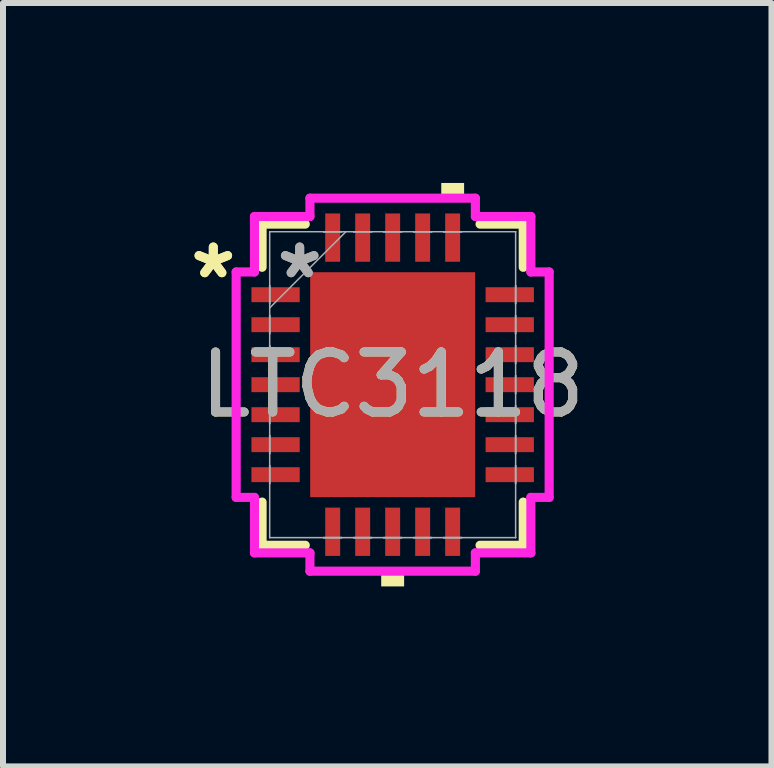
<source format=kicad_pcb>
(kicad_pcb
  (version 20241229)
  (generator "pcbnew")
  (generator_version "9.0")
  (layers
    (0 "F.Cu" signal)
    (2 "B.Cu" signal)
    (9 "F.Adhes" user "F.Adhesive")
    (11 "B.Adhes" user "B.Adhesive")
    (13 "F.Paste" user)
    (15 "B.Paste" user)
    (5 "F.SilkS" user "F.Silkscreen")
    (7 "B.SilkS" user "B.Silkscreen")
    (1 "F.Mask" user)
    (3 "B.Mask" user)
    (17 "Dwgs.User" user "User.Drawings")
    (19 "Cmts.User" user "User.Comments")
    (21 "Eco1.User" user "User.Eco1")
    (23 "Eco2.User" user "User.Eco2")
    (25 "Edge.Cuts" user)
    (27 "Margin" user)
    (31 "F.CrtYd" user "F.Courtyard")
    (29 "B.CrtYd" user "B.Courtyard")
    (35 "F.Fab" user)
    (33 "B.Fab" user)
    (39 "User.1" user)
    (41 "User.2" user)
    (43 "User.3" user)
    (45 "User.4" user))
  (footprint "LTC3118"
    (layer "F.Cu")
    (at 3.496 3.363)
    (property "Reference" "LTC3118" (at 0 0 0) (unlocked yes) (layer "F.SilkS") (effects (font (size 1 1) (thickness 0.15))))
    (attr smd)
    (fp_line (start -2.177 -2.677) (end -2.177 -1.957) (stroke (width 0.152) (type solid)) (layer "F.SilkS"))
    (fp_line (start -2.177 1.957) (end -2.177 2.677) (stroke (width 0.152) (type solid)) (layer "F.SilkS"))
    (fp_line (start -2.177 2.677) (end -1.457 2.677) (stroke (width 0.152) (type solid)) (layer "F.SilkS"))
    (fp_line (start -1.457 -2.677) (end -2.177 -2.677) (stroke (width 0.152) (type solid)) (layer "F.SilkS"))
    (fp_line (start 1.457 2.677) (end 2.177 2.677) (stroke (width 0.152) (type solid)) (layer "F.SilkS"))
    (fp_line (start 2.177 -2.677) (end 1.457 -2.677) (stroke (width 0.152) (type solid)) (layer "F.SilkS"))
    (fp_line (start 2.177 -1.957) (end 2.177 -2.677) (stroke (width 0.152) (type solid)) (layer "F.SilkS"))
    (fp_line (start 2.177 2.677) (end 2.177 1.957) (stroke (width 0.152) (type solid)) (layer "F.SilkS"))
    (fp_poly (pts (xy -0.191 3.109) (xy -0.191 3.363) (xy 0.191 3.363) (xy 0.191 3.109)) (stroke (width 0) (type solid)) (fill yes) (layer "F.SilkS"))
    (fp_poly (pts (xy 0.81 -3.109) (xy 0.81 -3.363) (xy 1.191 -3.363) (xy 1.191 -3.109)) (stroke (width 0) (type solid)) (fill yes) (layer "F.SilkS"))
    (fp_poly (pts (xy -1.275 -1.775) (xy -1.275 -0.1) (xy -0.1 -0.1) (xy -0.1 -1.775)) (stroke (width 0) (type solid)) (fill yes) (layer "F.Paste"))
    (fp_poly (pts (xy -1.275 0.1) (xy -1.275 1.775) (xy -0.1 1.775) (xy -0.1 0.1)) (stroke (width 0) (type solid)) (fill yes) (layer "F.Paste"))
    (fp_poly (pts (xy 0.1 -1.775) (xy 0.1 -0.1) (xy 1.275 -0.1) (xy 1.275 -1.775)) (stroke (width 0) (type solid)) (fill yes) (layer "F.Paste"))
    (fp_poly (pts (xy 0.1 0.1) (xy 0.1 1.775) (xy 1.275 1.775) (xy 1.275 0.1)) (stroke (width 0) (type solid)) (fill yes) (layer "F.Paste"))
    (fp_line (start -2.609 -1.879) (end -2.304 -1.879) (stroke (width 0.152) (type solid)) (layer "F.CrtYd"))
    (fp_line (start -2.609 1.879) (end -2.609 -1.879) (stroke (width 0.152) (type solid)) (layer "F.CrtYd"))
    (fp_line (start -2.304 -2.804) (end -1.379 -2.804) (stroke (width 0.152) (type solid)) (layer "F.CrtYd"))
    (fp_line (start -2.304 -1.879) (end -2.304 -2.804) (stroke (width 0.152) (type solid)) (layer "F.CrtYd"))
    (fp_line (start -2.304 1.879) (end -2.609 1.879) (stroke (width 0.152) (type solid)) (layer "F.CrtYd"))
    (fp_line (start -2.304 2.804) (end -2.304 1.879) (stroke (width 0.152) (type solid)) (layer "F.CrtYd"))
    (fp_line (start -1.379 -3.109) (end 1.379 -3.109) (stroke (width 0.152) (type solid)) (layer "F.CrtYd"))
    (fp_line (start -1.379 -2.804) (end -1.379 -3.109) (stroke (width 0.152) (type solid)) (layer "F.CrtYd"))
    (fp_line (start -1.379 2.804) (end -2.304 2.804) (stroke (width 0.152) (type solid)) (layer "F.CrtYd"))
    (fp_line (start -1.379 3.109) (end -1.379 2.804) (stroke (width 0.152) (type solid)) (layer "F.CrtYd"))
    (fp_line (start 1.379 -3.109) (end 1.379 -2.804) (stroke (width 0.152) (type solid)) (layer "F.CrtYd"))
    (fp_line (start 1.379 -2.804) (end 2.304 -2.804) (stroke (width 0.152) (type solid)) (layer "F.CrtYd"))
    (fp_line (start 1.379 2.804) (end 1.379 3.109) (stroke (width 0.152) (type solid)) (layer "F.CrtYd"))
    (fp_line (start 1.379 3.109) (end -1.379 3.109) (stroke (width 0.152) (type solid)) (layer "F.CrtYd"))
    (fp_line (start 2.304 -2.804) (end 2.304 -1.879) (stroke (width 0.152) (type solid)) (layer "F.CrtYd"))
    (fp_line (start 2.304 -1.879) (end 2.609 -1.879) (stroke (width 0.152) (type solid)) (layer "F.CrtYd"))
    (fp_line (start 2.304 1.879) (end 2.304 2.804) (stroke (width 0.152) (type solid)) (layer "F.CrtYd"))
    (fp_line (start 2.304 2.804) (end 1.379 2.804) (stroke (width 0.152) (type solid)) (layer "F.CrtYd"))
    (fp_line (start 2.609 -1.879) (end 2.609 1.879) (stroke (width 0.152) (type solid)) (layer "F.CrtYd"))
    (fp_line (start 2.609 1.879) (end 2.304 1.879) (stroke (width 0.152) (type solid)) (layer "F.CrtYd"))
    (fp_line (start -2.05 -2.55) (end -2.05 -2.55) (stroke (width 0.025) (type solid)) (layer "F.Fab"))
    (fp_line (start -2.05 -2.55) (end -2.05 2.55) (stroke (width 0.025) (type solid)) (layer "F.Fab"))
    (fp_line (start -2.05 -1.65) (end -2.05 -1.65) (stroke (width 0.025) (type solid)) (layer "F.Fab"))
    (fp_line (start -2.05 -1.65) (end -2.05 -1.35) (stroke (width 0.025) (type solid)) (layer "F.Fab"))
    (fp_line (start -2.05 -1.35) (end -2.05 -1.65) (stroke (width 0.025) (type solid)) (layer "F.Fab"))
    (fp_line (start -2.05 -1.35) (end -2.05 -1.35) (stroke (width 0.025) (type solid)) (layer "F.Fab"))
    (fp_line (start -2.05 -1.28) (end -0.78 -2.55) (stroke (width 0.025) (type solid)) (layer "F.Fab"))
    (fp_line (start -2.05 -1.15) (end -2.05 -1.15) (stroke (width 0.025) (type solid)) (layer "F.Fab"))
    (fp_line (start -2.05 -1.15) (end -2.05 -0.85) (stroke (width 0.025) (type solid)) (layer "F.Fab"))
    (fp_line (start -2.05 -0.85) (end -2.05 -1.15) (stroke (width 0.025) (type solid)) (layer "F.Fab"))
    (fp_line (start -2.05 -0.85) (end -2.05 -0.85) (stroke (width 0.025) (type solid)) (layer "F.Fab"))
    (fp_line (start -2.05 -0.65) (end -2.05 -0.65) (stroke (width 0.025) (type solid)) (layer "F.Fab"))
    (fp_line (start -2.05 -0.65) (end -2.05 -0.35) (stroke (width 0.025) (type solid)) (layer "F.Fab"))
    (fp_line (start -2.05 -0.35) (end -2.05 -0.65) (stroke (width 0.025) (type solid)) (layer "F.Fab"))
    (fp_line (start -2.05 -0.35) (end -2.05 -0.35) (stroke (width 0.025) (type solid)) (layer "F.Fab"))
    (fp_line (start -2.05 -0.15) (end -2.05 -0.15) (stroke (width 0.025) (type solid)) (layer "F.Fab"))
    (fp_line (start -2.05 -0.15) (end -2.05 0.15) (stroke (width 0.025) (type solid)) (layer "F.Fab"))
    (fp_line (start -2.05 0.15) (end -2.05 -0.15) (stroke (width 0.025) (type solid)) (layer "F.Fab"))
    (fp_line (start -2.05 0.15) (end -2.05 0.15) (stroke (width 0.025) (type solid)) (layer "F.Fab"))
    (fp_line (start -2.05 0.35) (end -2.05 0.35) (stroke (width 0.025) (type solid)) (layer "F.Fab"))
    (fp_line (start -2.05 0.35) (end -2.05 0.65) (stroke (width 0.025) (type solid)) (layer "F.Fab"))
    (fp_line (start -2.05 0.65) (end -2.05 0.35) (stroke (width 0.025) (type solid)) (layer "F.Fab"))
    (fp_line (start -2.05 0.65) (end -2.05 0.65) (stroke (width 0.025) (type solid)) (layer "F.Fab"))
    (fp_line (start -2.05 0.85) (end -2.05 0.85) (stroke (width 0.025) (type solid)) (layer "F.Fab"))
    (fp_line (start -2.05 0.85) (end -2.05 1.15) (stroke (width 0.025) (type solid)) (layer "F.Fab"))
    (fp_line (start -2.05 1.15) (end -2.05 0.85) (stroke (width 0.025) (type solid)) (layer "F.Fab"))
    (fp_line (start -2.05 1.15) (end -2.05 1.15) (stroke (width 0.025) (type solid)) (layer "F.Fab"))
    (fp_line (start -2.05 1.35) (end -2.05 1.35) (stroke (width 0.025) (type solid)) (layer "F.Fab"))
    (fp_line (start -2.05 1.35) (end -2.05 1.65) (stroke (width 0.025) (type solid)) (layer "F.Fab"))
    (fp_line (start -2.05 1.65) (end -2.05 1.35) (stroke (width 0.025) (type solid)) (layer "F.Fab"))
    (fp_line (start -2.05 1.65) (end -2.05 1.65) (stroke (width 0.025) (type solid)) (layer "F.Fab"))
    (fp_line (start -2.05 2.55) (end -2.05 2.55) (stroke (width 0.025) (type solid)) (layer "F.Fab"))
    (fp_line (start -2.05 2.55) (end 2.05 2.55) (stroke (width 0.025) (type solid)) (layer "F.Fab"))
    (fp_line (start -1.15 -2.55) (end -1.15 -2.55) (stroke (width 0.025) (type solid)) (layer "F.Fab"))
    (fp_line (start -1.15 -2.55) (end -0.85 -2.55) (stroke (width 0.025) (type solid)) (layer "F.Fab"))
    (fp_line (start -1.15 2.55) (end -1.15 2.55) (stroke (width 0.025) (type solid)) (layer "F.Fab"))
    (fp_line (start -1.15 2.55) (end -0.85 2.55) (stroke (width 0.025) (type solid)) (layer "F.Fab"))
    (fp_line (start -0.85 -2.55) (end -1.15 -2.55) (stroke (width 0.025) (type solid)) (layer "F.Fab"))
    (fp_line (start -0.85 -2.55) (end -0.85 -2.55) (stroke (width 0.025) (type solid)) (layer "F.Fab"))
    (fp_line (start -0.85 2.55) (end -1.15 2.55) (stroke (width 0.025) (type solid)) (layer "F.Fab"))
    (fp_line (start -0.85 2.55) (end -0.85 2.55) (stroke (width 0.025) (type solid)) (layer "F.Fab"))
    (fp_line (start -0.65 -2.55) (end -0.65 -2.55) (stroke (width 0.025) (type solid)) (layer "F.Fab"))
    (fp_line (start -0.65 -2.55) (end -0.35 -2.55) (stroke (width 0.025) (type solid)) (layer "F.Fab"))
    (fp_line (start -0.65 2.55) (end -0.65 2.55) (stroke (width 0.025) (type solid)) (layer "F.Fab"))
    (fp_line (start -0.65 2.55) (end -0.35 2.55) (stroke (width 0.025) (type solid)) (layer "F.Fab"))
    (fp_line (start -0.35 -2.55) (end -0.65 -2.55) (stroke (width 0.025) (type solid)) (layer "F.Fab"))
    (fp_line (start -0.35 -2.55) (end -0.35 -2.55) (stroke (width 0.025) (type solid)) (layer "F.Fab"))
    (fp_line (start -0.35 2.55) (end -0.65 2.55) (stroke (width 0.025) (type solid)) (layer "F.Fab"))
    (fp_line (start -0.35 2.55) (end -0.35 2.55) (stroke (width 0.025) (type solid)) (layer "F.Fab"))
    (fp_line (start -0.15 -2.55) (end -0.15 -2.55) (stroke (width 0.025) (type solid)) (layer "F.Fab"))
    (fp_line (start -0.15 -2.55) (end 0.15 -2.55) (stroke (width 0.025) (type solid)) (layer "F.Fab"))
    (fp_line (start -0.15 2.55) (end -0.15 2.55) (stroke (width 0.025) (type solid)) (layer "F.Fab"))
    (fp_line (start -0.15 2.55) (end 0.15 2.55) (stroke (width 0.025) (type solid)) (layer "F.Fab"))
    (fp_line (start 0.15 -2.55) (end -0.15 -2.55) (stroke (width 0.025) (type solid)) (layer "F.Fab"))
    (fp_line (start 0.15 -2.55) (end 0.15 -2.55) (stroke (width 0.025) (type solid)) (layer "F.Fab"))
    (fp_line (start 0.15 2.55) (end -0.15 2.55) (stroke (width 0.025) (type solid)) (layer "F.Fab"))
    (fp_line (start 0.15 2.55) (end 0.15 2.55) (stroke (width 0.025) (type solid)) (layer "F.Fab"))
    (fp_line (start 0.35 -2.55) (end 0.35 -2.55) (stroke (width 0.025) (type solid)) (layer "F.Fab"))
    (fp_line (start 0.35 -2.55) (end 0.65 -2.55) (stroke (width 0.025) (type solid)) (layer "F.Fab"))
    (fp_line (start 0.35 2.55) (end 0.35 2.55) (stroke (width 0.025) (type solid)) (layer "F.Fab"))
    (fp_line (start 0.35 2.55) (end 0.65 2.55) (stroke (width 0.025) (type solid)) (layer "F.Fab"))
    (fp_line (start 0.65 -2.55) (end 0.35 -2.55) (stroke (width 0.025) (type solid)) (layer "F.Fab"))
    (fp_line (start 0.65 -2.55) (end 0.65 -2.55) (stroke (width 0.025) (type solid)) (layer "F.Fab"))
    (fp_line (start 0.65 2.55) (end 0.35 2.55) (stroke (width 0.025) (type solid)) (layer "F.Fab"))
    (fp_line (start 0.65 2.55) (end 0.65 2.55) (stroke (width 0.025) (type solid)) (layer "F.Fab"))
    (fp_line (start 0.85 -2.55) (end 0.85 -2.55) (stroke (width 0.025) (type solid)) (layer "F.Fab"))
    (fp_line (start 0.85 -2.55) (end 1.15 -2.55) (stroke (width 0.025) (type solid)) (layer "F.Fab"))
    (fp_line (start 0.85 2.55) (end 0.85 2.55) (stroke (width 0.025) (type solid)) (layer "F.Fab"))
    (fp_line (start 0.85 2.55) (end 1.15 2.55) (stroke (width 0.025) (type solid)) (layer "F.Fab"))
    (fp_line (start 1.15 -2.55) (end 0.85 -2.55) (stroke (width 0.025) (type solid)) (layer "F.Fab"))
    (fp_line (start 1.15 -2.55) (end 1.15 -2.55) (stroke (width 0.025) (type solid)) (layer "F.Fab"))
    (fp_line (start 1.15 2.55) (end 0.85 2.55) (stroke (width 0.025) (type solid)) (layer "F.Fab"))
    (fp_line (start 1.15 2.55) (end 1.15 2.55) (stroke (width 0.025) (type solid)) (layer "F.Fab"))
    (fp_line (start 2.05 -2.55) (end -2.05 -2.55) (stroke (width 0.025) (type solid)) (layer "F.Fab"))
    (fp_line (start 2.05 -2.55) (end 2.05 -2.55) (stroke (width 0.025) (type solid)) (layer "F.Fab"))
    (fp_line (start 2.05 -1.65) (end 2.05 -1.65) (stroke (width 0.025) (type solid)) (layer "F.Fab"))
    (fp_line (start 2.05 -1.65) (end 2.05 -1.35) (stroke (width 0.025) (type solid)) (layer "F.Fab"))
    (fp_line (start 2.05 -1.35) (end 2.05 -1.65) (stroke (width 0.025) (type solid)) (layer "F.Fab"))
    (fp_line (start 2.05 -1.35) (end 2.05 -1.35) (stroke (width 0.025) (type solid)) (layer "F.Fab"))
    (fp_line (start 2.05 -1.15) (end 2.05 -1.15) (stroke (width 0.025) (type solid)) (layer "F.Fab"))
    (fp_line (start 2.05 -1.15) (end 2.05 -0.85) (stroke (width 0.025) (type solid)) (layer "F.Fab"))
    (fp_line (start 2.05 -0.85) (end 2.05 -1.15) (stroke (width 0.025) (type solid)) (layer "F.Fab"))
    (fp_line (start 2.05 -0.85) (end 2.05 -0.85) (stroke (width 0.025) (type solid)) (layer "F.Fab"))
    (fp_line (start 2.05 -0.65) (end 2.05 -0.65) (stroke (width 0.025) (type solid)) (layer "F.Fab"))
    (fp_line (start 2.05 -0.65) (end 2.05 -0.35) (stroke (width 0.025) (type solid)) (layer "F.Fab"))
    (fp_line (start 2.05 -0.35) (end 2.05 -0.65) (stroke (width 0.025) (type solid)) (layer "F.Fab"))
    (fp_line (start 2.05 -0.35) (end 2.05 -0.35) (stroke (width 0.025) (type solid)) (layer "F.Fab"))
    (fp_line (start 2.05 -0.15) (end 2.05 -0.15) (stroke (width 0.025) (type solid)) (layer "F.Fab"))
    (fp_line (start 2.05 -0.15) (end 2.05 0.15) (stroke (width 0.025) (type solid)) (layer "F.Fab"))
    (fp_line (start 2.05 0.15) (end 2.05 -0.15) (stroke (width 0.025) (type solid)) (layer "F.Fab"))
    (fp_line (start 2.05 0.15) (end 2.05 0.15) (stroke (width 0.025) (type solid)) (layer "F.Fab"))
    (fp_line (start 2.05 0.35) (end 2.05 0.35) (stroke (width 0.025) (type solid)) (layer "F.Fab"))
    (fp_line (start 2.05 0.35) (end 2.05 0.65) (stroke (width 0.025) (type solid)) (layer "F.Fab"))
    (fp_line (start 2.05 0.65) (end 2.05 0.35) (stroke (width 0.025) (type solid)) (layer "F.Fab"))
    (fp_line (start 2.05 0.65) (end 2.05 0.65) (stroke (width 0.025) (type solid)) (layer "F.Fab"))
    (fp_line (start 2.05 0.85) (end 2.05 0.85) (stroke (width 0.025) (type solid)) (layer "F.Fab"))
    (fp_line (start 2.05 0.85) (end 2.05 1.15) (stroke (width 0.025) (type solid)) (layer "F.Fab"))
    (fp_line (start 2.05 1.15) (end 2.05 0.85) (stroke (width 0.025) (type solid)) (layer "F.Fab"))
    (fp_line (start 2.05 1.15) (end 2.05 1.15) (stroke (width 0.025) (type solid)) (layer "F.Fab"))
    (fp_line (start 2.05 1.35) (end 2.05 1.35) (stroke (width 0.025) (type solid)) (layer "F.Fab"))
    (fp_line (start 2.05 1.35) (end 2.05 1.65) (stroke (width 0.025) (type solid)) (layer "F.Fab"))
    (fp_line (start 2.05 1.65) (end 2.05 1.35) (stroke (width 0.025) (type solid)) (layer "F.Fab"))
    (fp_line (start 2.05 1.65) (end 2.05 1.65) (stroke (width 0.025) (type solid)) (layer "F.Fab"))
    (fp_line (start 2.05 2.55) (end 2.05 -2.55) (stroke (width 0.025) (type solid)) (layer "F.Fab"))
    (fp_line (start 2.05 2.55) (end 2.05 2.55) (stroke (width 0.025) (type solid)) (layer "F.Fab"))
    (fp_text user "*" (at -2.99 -1.75 0) (layer "F.SilkS") (effects (font (size 1 1) (thickness 0.15))))
    (fp_text user "*" (at -2.99 -1.75 0) (unlocked yes) (layer "F.SilkS") (effects (font (size 1 1) (thickness 0.15))))
    (fp_text user "${REFERENCE}" (at 0 0 0) (unlocked yes) (layer "F.Fab") (effects (font (size 1 1) (thickness 0.15))))
    (fp_text user "*" (at -1.55 -1.75 0) (layer "F.Fab") (effects (font (size 1 1) (thickness 0.15))))
    (fp_text user "*" (at -1.55 -1.75 0) (unlocked yes) (layer "F.Fab") (effects (font (size 1 1) (thickness 0.15))))
    (pad "1" smd rect (at -1.952 -1.5 90) (size 0.249 0.805) (layers "F.Cu" "F.Mask" "F.Paste"))
    (pad "2" smd rect (at -1.952 -1 90) (size 0.249 0.805) (layers "F.Cu" "F.Mask" "F.Paste"))
    (pad "3" smd rect (at -1.952 -0.5 90) (size 0.249 0.805) (layers "F.Cu" "F.Mask" "F.Paste"))
    (pad "4" smd rect (at -1.952 0 90) (size 0.249 0.805) (layers "F.Cu" "F.Mask" "F.Paste"))
    (pad "5" smd rect (at -1.952 0.5 90) (size 0.249 0.805) (layers "F.Cu" "F.Mask" "F.Paste"))
    (pad "6" smd rect (at -1.952 1 90) (size 0.249 0.805) (layers "F.Cu" "F.Mask" "F.Paste"))
    (pad "7" smd rect (at -1.952 1.5 90) (size 0.249 0.805) (layers "F.Cu" "F.Mask" "F.Paste"))
    (pad "8" smd rect (at -1 2.452) (size 0.249 0.805) (layers "F.Cu" "F.Mask" "F.Paste"))
    (pad "9" smd rect (at -0.5 2.452) (size 0.249 0.805) (layers "F.Cu" "F.Mask" "F.Paste"))
    (pad "10" smd rect (at 0 2.452) (size 0.249 0.805) (layers "F.Cu" "F.Mask" "F.Paste"))
    (pad "11" smd rect (at 0.5 2.452) (size 0.249 0.805) (layers "F.Cu" "F.Mask" "F.Paste"))
    (pad "12" smd rect (at 1 2.452) (size 0.249 0.805) (layers "F.Cu" "F.Mask" "F.Paste"))
    (pad "13" smd rect (at 1.952 1.5 90) (size 0.249 0.805) (layers "F.Cu" "F.Mask" "F.Paste"))
    (pad "14" smd rect (at 1.952 1 90) (size 0.249 0.805) (layers "F.Cu" "F.Mask" "F.Paste"))
    (pad "15" smd rect (at 1.952 0.5 90) (size 0.249 0.805) (layers "F.Cu" "F.Mask" "F.Paste"))
    (pad "16" smd rect (at 1.952 0 90) (size 0.249 0.805) (layers "F.Cu" "F.Mask" "F.Paste"))
    (pad "17" smd rect (at 1.952 -0.5 90) (size 0.249 0.805) (layers "F.Cu" "F.Mask" "F.Paste"))
    (pad "18" smd rect (at 1.952 -1 90) (size 0.249 0.805) (layers "F.Cu" "F.Mask" "F.Paste"))
    (pad "19" smd rect (at 1.952 -1.5 90) (size 0.249 0.805) (layers "F.Cu" "F.Mask" "F.Paste"))
    (pad "20" smd rect (at 1 -2.452) (size 0.249 0.805) (layers "F.Cu" "F.Mask" "F.Paste"))
    (pad "21" smd rect (at 0.5 -2.452) (size 0.249 0.805) (layers "F.Cu" "F.Mask" "F.Paste"))
    (pad "22" smd rect (at 0 -2.452) (size 0.249 0.805) (layers "F.Cu" "F.Mask" "F.Paste"))
    (pad "23" smd rect (at -0.5 -2.452) (size 0.249 0.805) (layers "F.Cu" "F.Mask" "F.Paste"))
    (pad "24" smd rect (at -1 -2.452) (size 0.249 0.805) (layers "F.Cu" "F.Mask" "F.Paste"))
    (pad "25" smd rect (at 0 0) (size 2.75 3.75) (layers "F.Cu" "F.Mask")))
  (gr_rect
    (start -3 -3)
    (end 9.811 9.726)
    (stroke (width 0.1) (type default))
    (fill no)
    (layer "Edge.Cuts")))
</source>
